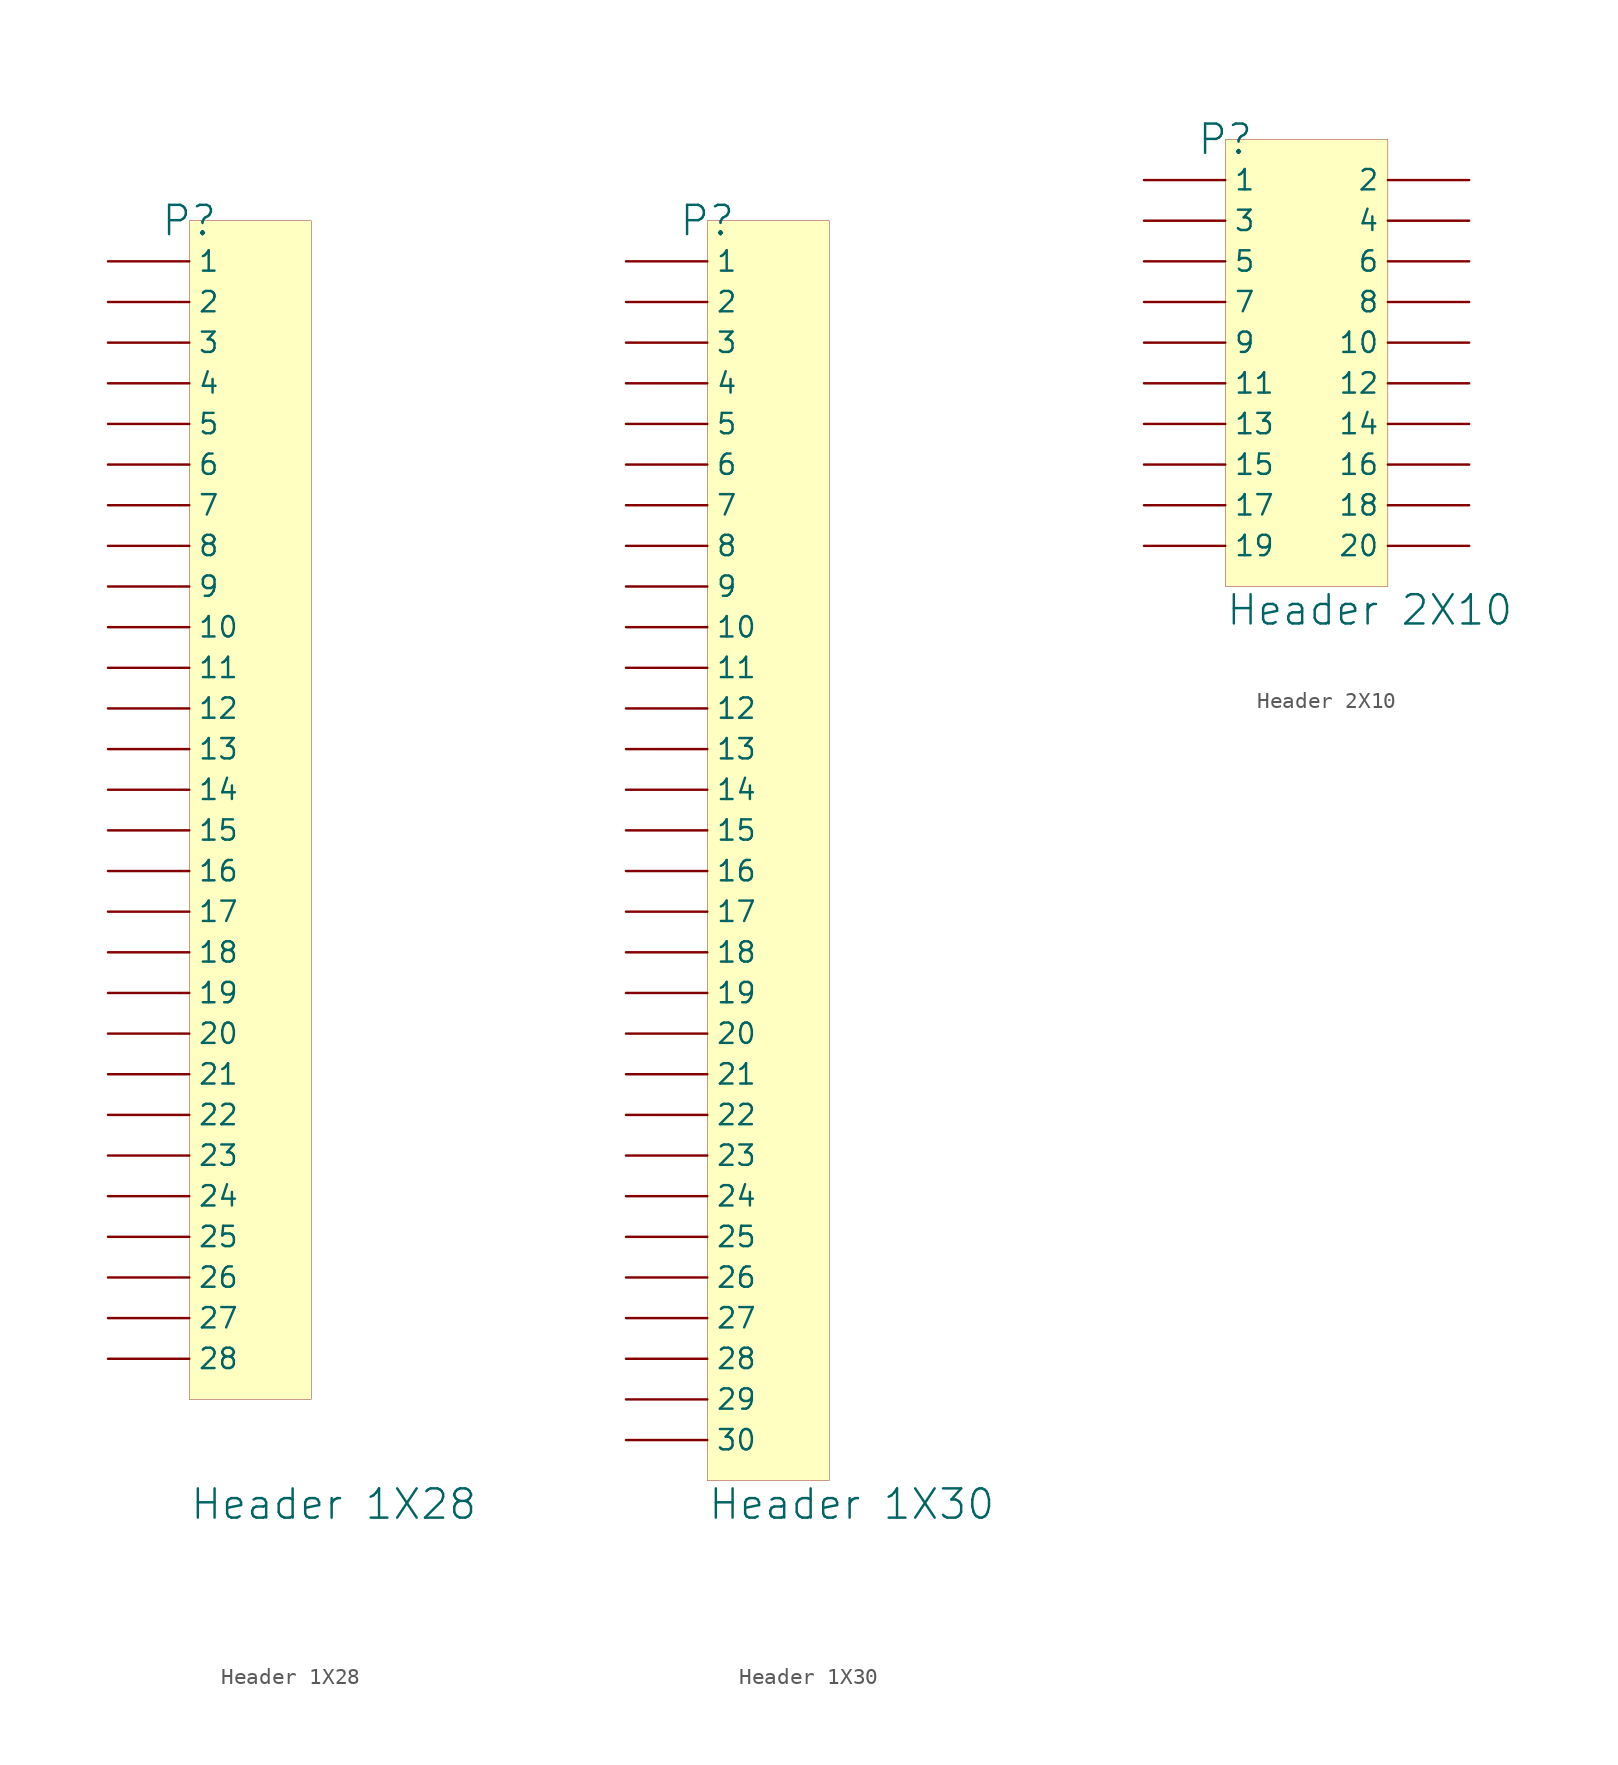
<source format=kicad_sym>
(kicad_symbol_lib
  (version 20241209)
  (generator "kicad_symbol_editor")
  (generator_version "9.0")
  (symbol "Header 1X28"
    (pin_numbers
      (hide yes))
    (property "Reference" "P"
      (at 0 0 0)
      (effects (font (size 1.829 1.829))))
    (property "Value" "Header 1X28"
      (at 0 -81.28 0)
      (effects (font (size 1.829 1.829)) (justify left bottom)))
    (symbol "Header 1X28_1_0"
      (rectangle (start 7.62 0) (end 0 -73.66) (stroke (width 0.025) (type solid) (color 128 0 0 1)) (fill (type background)))
      (pin passive line (at -5.08 -2.54 0) (length 5.08) (name "1" (effects (font (size 1.27 1.27)))) (number "1" (effects (font (size 1.27 1.27)))))
      (pin passive line (at -5.08 -5.08 0) (length 5.08) (name "2" (effects (font (size 1.27 1.27)))) (number "2" (effects (font (size 1.27 1.27)))))
      (pin passive line (at -5.08 -7.62 0) (length 5.08) (name "3" (effects (font (size 1.27 1.27)))) (number "3" (effects (font (size 1.27 1.27)))))
      (pin passive line (at -5.08 -10.16 0) (length 5.08) (name "4" (effects (font (size 1.27 1.27)))) (number "4" (effects (font (size 1.27 1.27)))))
      (pin passive line (at -5.08 -12.7 0) (length 5.08) (name "5" (effects (font (size 1.27 1.27)))) (number "5" (effects (font (size 1.27 1.27)))))
      (pin passive line (at -5.08 -15.24 0) (length 5.08) (name "6" (effects (font (size 1.27 1.27)))) (number "6" (effects (font (size 1.27 1.27)))))
      (pin passive line (at -5.08 -17.78 0) (length 5.08) (name "7" (effects (font (size 1.27 1.27)))) (number "7" (effects (font (size 1.27 1.27)))))
      (pin passive line (at -5.08 -20.32 0) (length 5.08) (name "8" (effects (font (size 1.27 1.27)))) (number "8" (effects (font (size 1.27 1.27)))))
      (pin passive line (at -5.08 -22.86 0) (length 5.08) (name "9" (effects (font (size 1.27 1.27)))) (number "9" (effects (font (size 1.27 1.27)))))
      (pin passive line (at -5.08 -25.4 0) (length 5.08) (name "10" (effects (font (size 1.27 1.27)))) (number "10" (effects (font (size 1.27 1.27)))))
      (pin passive line (at -5.08 -27.94 0) (length 5.08) (name "11" (effects (font (size 1.27 1.27)))) (number "11" (effects (font (size 1.27 1.27)))))
      (pin passive line (at -5.08 -30.48 0) (length 5.08) (name "12" (effects (font (size 1.27 1.27)))) (number "12" (effects (font (size 1.27 1.27)))))
      (pin passive line (at -5.08 -33.02 0) (length 5.08) (name "13" (effects (font (size 1.27 1.27)))) (number "13" (effects (font (size 1.27 1.27)))))
      (pin passive line (at -5.08 -35.56 0) (length 5.08) (name "14" (effects (font (size 1.27 1.27)))) (number "14" (effects (font (size 1.27 1.27)))))
      (pin passive line (at -5.08 -38.1 0) (length 5.08) (name "15" (effects (font (size 1.27 1.27)))) (number "15" (effects (font (size 1.27 1.27)))))
      (pin passive line (at -5.08 -40.64 0) (length 5.08) (name "16" (effects (font (size 1.27 1.27)))) (number "16" (effects (font (size 1.27 1.27)))))
      (pin passive line (at -5.08 -43.18 0) (length 5.08) (name "17" (effects (font (size 1.27 1.27)))) (number "17" (effects (font (size 1.27 1.27)))))
      (pin passive line (at -5.08 -45.72 0) (length 5.08) (name "18" (effects (font (size 1.27 1.27)))) (number "18" (effects (font (size 1.27 1.27)))))
      (pin passive line (at -5.08 -48.26 0) (length 5.08) (name "19" (effects (font (size 1.27 1.27)))) (number "19" (effects (font (size 1.27 1.27)))))
      (pin passive line (at -5.08 -50.8 0) (length 5.08) (name "20" (effects (font (size 1.27 1.27)))) (number "20" (effects (font (size 1.27 1.27)))))
      (pin passive line (at -5.08 -53.34 0) (length 5.08) (name "21" (effects (font (size 1.27 1.27)))) (number "21" (effects (font (size 1.27 1.27)))))
      (pin passive line (at -5.08 -55.88 0) (length 5.08) (name "22" (effects (font (size 1.27 1.27)))) (number "22" (effects (font (size 1.27 1.27)))))
      (pin passive line (at -5.08 -58.42 0) (length 5.08) (name "23" (effects (font (size 1.27 1.27)))) (number "23" (effects (font (size 1.27 1.27)))))
      (pin passive line (at -5.08 -60.96 0) (length 5.08) (name "24" (effects (font (size 1.27 1.27)))) (number "24" (effects (font (size 1.27 1.27)))))
      (pin passive line (at -5.08 -63.5 0) (length 5.08) (name "25" (effects (font (size 1.27 1.27)))) (number "25" (effects (font (size 1.27 1.27)))))
      (pin passive line (at -5.08 -66.04 0) (length 5.08) (name "26" (effects (font (size 1.27 1.27)))) (number "26" (effects (font (size 1.27 1.27)))))
      (pin passive line (at -5.08 -68.58 0) (length 5.08) (name "27" (effects (font (size 1.27 1.27)))) (number "27" (effects (font (size 1.27 1.27)))))
      (pin passive line (at -5.08 -71.12 0) (length 5.08) (name "28" (effects (font (size 1.27 1.27)))) (number "28" (effects (font (size 1.27 1.27)))))))
  (symbol "Header 1X30"
    (pin_numbers
      (hide yes))
    (property "Reference" "P"
      (at 0 0 0)
      (effects (font (size 1.829 1.829))))
    (property "Value" "Header 1X30"
      (at 0 -81.28 0)
      (effects (font (size 1.829 1.829)) (justify left bottom)))
    (symbol "Header 1X30_1_0"
      (rectangle (start 7.62 0) (end 0 -78.74) (stroke (width 0.025) (type solid) (color 128 0 0 1)) (fill (type background)))
      (pin passive line (at -5.08 -2.54 0) (length 5.08) (name "1" (effects (font (size 1.27 1.27)))) (number "1" (effects (font (size 1.27 1.27)))))
      (pin passive line (at -5.08 -5.08 0) (length 5.08) (name "2" (effects (font (size 1.27 1.27)))) (number "2" (effects (font (size 1.27 1.27)))))
      (pin passive line (at -5.08 -7.62 0) (length 5.08) (name "3" (effects (font (size 1.27 1.27)))) (number "3" (effects (font (size 1.27 1.27)))))
      (pin passive line (at -5.08 -10.16 0) (length 5.08) (name "4" (effects (font (size 1.27 1.27)))) (number "4" (effects (font (size 1.27 1.27)))))
      (pin passive line (at -5.08 -12.7 0) (length 5.08) (name "5" (effects (font (size 1.27 1.27)))) (number "5" (effects (font (size 1.27 1.27)))))
      (pin passive line (at -5.08 -15.24 0) (length 5.08) (name "6" (effects (font (size 1.27 1.27)))) (number "6" (effects (font (size 1.27 1.27)))))
      (pin passive line (at -5.08 -17.78 0) (length 5.08) (name "7" (effects (font (size 1.27 1.27)))) (number "7" (effects (font (size 1.27 1.27)))))
      (pin passive line (at -5.08 -20.32 0) (length 5.08) (name "8" (effects (font (size 1.27 1.27)))) (number "8" (effects (font (size 1.27 1.27)))))
      (pin passive line (at -5.08 -22.86 0) (length 5.08) (name "9" (effects (font (size 1.27 1.27)))) (number "9" (effects (font (size 1.27 1.27)))))
      (pin passive line (at -5.08 -25.4 0) (length 5.08) (name "10" (effects (font (size 1.27 1.27)))) (number "10" (effects (font (size 1.27 1.27)))))
      (pin passive line (at -5.08 -27.94 0) (length 5.08) (name "11" (effects (font (size 1.27 1.27)))) (number "11" (effects (font (size 1.27 1.27)))))
      (pin passive line (at -5.08 -30.48 0) (length 5.08) (name "12" (effects (font (size 1.27 1.27)))) (number "12" (effects (font (size 1.27 1.27)))))
      (pin passive line (at -5.08 -33.02 0) (length 5.08) (name "13" (effects (font (size 1.27 1.27)))) (number "13" (effects (font (size 1.27 1.27)))))
      (pin passive line (at -5.08 -35.56 0) (length 5.08) (name "14" (effects (font (size 1.27 1.27)))) (number "14" (effects (font (size 1.27 1.27)))))
      (pin passive line (at -5.08 -38.1 0) (length 5.08) (name "15" (effects (font (size 1.27 1.27)))) (number "15" (effects (font (size 1.27 1.27)))))
      (pin passive line (at -5.08 -40.64 0) (length 5.08) (name "16" (effects (font (size 1.27 1.27)))) (number "16" (effects (font (size 1.27 1.27)))))
      (pin passive line (at -5.08 -43.18 0) (length 5.08) (name "17" (effects (font (size 1.27 1.27)))) (number "17" (effects (font (size 1.27 1.27)))))
      (pin passive line (at -5.08 -45.72 0) (length 5.08) (name "18" (effects (font (size 1.27 1.27)))) (number "18" (effects (font (size 1.27 1.27)))))
      (pin passive line (at -5.08 -48.26 0) (length 5.08) (name "19" (effects (font (size 1.27 1.27)))) (number "19" (effects (font (size 1.27 1.27)))))
      (pin passive line (at -5.08 -50.8 0) (length 5.08) (name "20" (effects (font (size 1.27 1.27)))) (number "20" (effects (font (size 1.27 1.27)))))
      (pin passive line (at -5.08 -53.34 0) (length 5.08) (name "21" (effects (font (size 1.27 1.27)))) (number "21" (effects (font (size 1.27 1.27)))))
      (pin passive line (at -5.08 -55.88 0) (length 5.08) (name "22" (effects (font (size 1.27 1.27)))) (number "22" (effects (font (size 1.27 1.27)))))
      (pin passive line (at -5.08 -58.42 0) (length 5.08) (name "23" (effects (font (size 1.27 1.27)))) (number "23" (effects (font (size 1.27 1.27)))))
      (pin passive line (at -5.08 -60.96 0) (length 5.08) (name "24" (effects (font (size 1.27 1.27)))) (number "24" (effects (font (size 1.27 1.27)))))
      (pin passive line (at -5.08 -63.5 0) (length 5.08) (name "25" (effects (font (size 1.27 1.27)))) (number "25" (effects (font (size 1.27 1.27)))))
      (pin passive line (at -5.08 -66.04 0) (length 5.08) (name "26" (effects (font (size 1.27 1.27)))) (number "26" (effects (font (size 1.27 1.27)))))
      (pin passive line (at -5.08 -68.58 0) (length 5.08) (name "27" (effects (font (size 1.27 1.27)))) (number "27" (effects (font (size 1.27 1.27)))))
      (pin passive line (at -5.08 -71.12 0) (length 5.08) (name "28" (effects (font (size 1.27 1.27)))) (number "28" (effects (font (size 1.27 1.27)))))
      (pin passive line (at -5.08 -73.66 0) (length 5.08) (name "29" (effects (font (size 1.27 1.27)))) (number "29" (effects (font (size 1.27 1.27)))))
      (pin passive line (at -5.08 -76.2 0) (length 5.08) (name "30" (effects (font (size 1.27 1.27)))) (number "30" (effects (font (size 1.27 1.27)))))))
  (symbol "Header 2X10"
    (pin_numbers
      (hide yes))
    (property "Reference" "P"
      (at 0 0 0)
      (effects (font (size 1.829 1.829))))
    (property "Value" "Header 2X10"
      (at 0 -30.48 0)
      (effects (font (size 1.829 1.829)) (justify left bottom)))
    (symbol "Header 2X10_1_0"
      (rectangle (start 10.16 0) (end 0 -27.94) (stroke (width 0.025) (type solid) (color 128 0 0 1)) (fill (type background)))
      (pin passive line (at -5.08 -2.54 0) (length 5.08) (name "1" (effects (font (size 1.27 1.27)))) (number "1" (effects (font (size 1.27 1.27)))))
      (pin passive line (at -5.08 -5.08 0) (length 5.08) (name "3" (effects (font (size 1.27 1.27)))) (number "3" (effects (font (size 1.27 1.27)))))
      (pin passive line (at -5.08 -7.62 0) (length 5.08) (name "5" (effects (font (size 1.27 1.27)))) (number "5" (effects (font (size 1.27 1.27)))))
      (pin passive line (at -5.08 -10.16 0) (length 5.08) (name "7" (effects (font (size 1.27 1.27)))) (number "7" (effects (font (size 1.27 1.27)))))
      (pin passive line (at -5.08 -12.7 0) (length 5.08) (name "9" (effects (font (size 1.27 1.27)))) (number "9" (effects (font (size 1.27 1.27)))))
      (pin passive line (at -5.08 -15.24 0) (length 5.08) (name "11" (effects (font (size 1.27 1.27)))) (number "11" (effects (font (size 1.27 1.27)))))
      (pin passive line (at -5.08 -17.78 0) (length 5.08) (name "13" (effects (font (size 1.27 1.27)))) (number "13" (effects (font (size 1.27 1.27)))))
      (pin passive line (at -5.08 -20.32 0) (length 5.08) (name "15" (effects (font (size 1.27 1.27)))) (number "15" (effects (font (size 1.27 1.27)))))
      (pin passive line (at -5.08 -22.86 0) (length 5.08) (name "17" (effects (font (size 1.27 1.27)))) (number "17" (effects (font (size 1.27 1.27)))))
      (pin passive line (at -5.08 -25.4 0) (length 5.08) (name "19" (effects (font (size 1.27 1.27)))) (number "19" (effects (font (size 1.27 1.27)))))
      (pin passive line (at 15.24 -2.54 180) (length 5.08) (name "2" (effects (font (size 1.27 1.27)))) (number "2" (effects (font (size 1.27 1.27)))))
      (pin passive line (at 15.24 -5.08 180) (length 5.08) (name "4" (effects (font (size 1.27 1.27)))) (number "4" (effects (font (size 1.27 1.27)))))
      (pin passive line (at 15.24 -7.62 180) (length 5.08) (name "6" (effects (font (size 1.27 1.27)))) (number "6" (effects (font (size 1.27 1.27)))))
      (pin passive line (at 15.24 -10.16 180) (length 5.08) (name "8" (effects (font (size 1.27 1.27)))) (number "8" (effects (font (size 1.27 1.27)))))
      (pin passive line (at 15.24 -12.7 180) (length 5.08) (name "10" (effects (font (size 1.27 1.27)))) (number "10" (effects (font (size 1.27 1.27)))))
      (pin passive line (at 15.24 -15.24 180) (length 5.08) (name "12" (effects (font (size 1.27 1.27)))) (number "12" (effects (font (size 1.27 1.27)))))
      (pin passive line (at 15.24 -17.78 180) (length 5.08) (name "14" (effects (font (size 1.27 1.27)))) (number "14" (effects (font (size 1.27 1.27)))))
      (pin passive line (at 15.24 -20.32 180) (length 5.08) (name "16" (effects (font (size 1.27 1.27)))) (number "16" (effects (font (size 1.27 1.27)))))
      (pin passive line (at 15.24 -22.86 180) (length 5.08) (name "18" (effects (font (size 1.27 1.27)))) (number "18" (effects (font (size 1.27 1.27)))))
      (pin passive line (at 15.24 -25.4 180) (length 5.08) (name "20" (effects (font (size 1.27 1.27)))) (number "20" (effects (font (size 1.27 1.27))))))))
</source>
